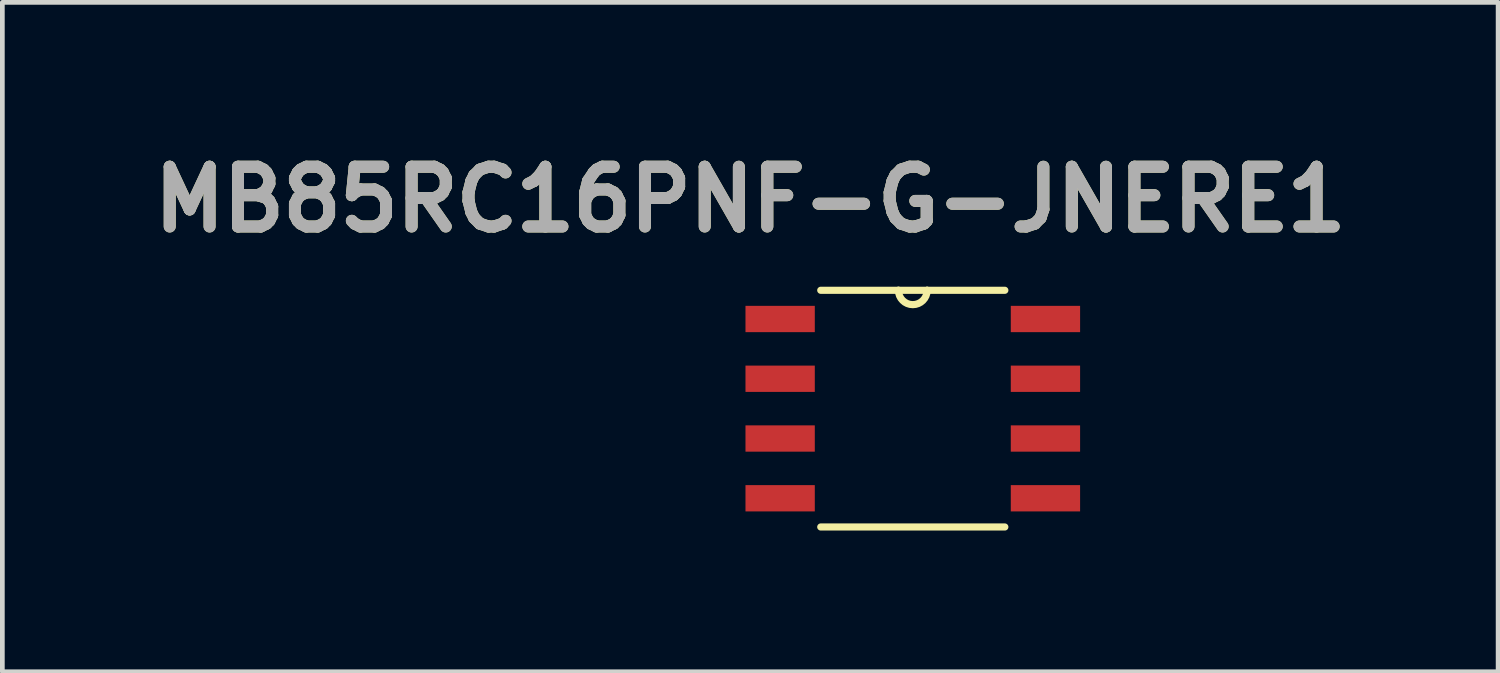
<source format=kicad_pcb>
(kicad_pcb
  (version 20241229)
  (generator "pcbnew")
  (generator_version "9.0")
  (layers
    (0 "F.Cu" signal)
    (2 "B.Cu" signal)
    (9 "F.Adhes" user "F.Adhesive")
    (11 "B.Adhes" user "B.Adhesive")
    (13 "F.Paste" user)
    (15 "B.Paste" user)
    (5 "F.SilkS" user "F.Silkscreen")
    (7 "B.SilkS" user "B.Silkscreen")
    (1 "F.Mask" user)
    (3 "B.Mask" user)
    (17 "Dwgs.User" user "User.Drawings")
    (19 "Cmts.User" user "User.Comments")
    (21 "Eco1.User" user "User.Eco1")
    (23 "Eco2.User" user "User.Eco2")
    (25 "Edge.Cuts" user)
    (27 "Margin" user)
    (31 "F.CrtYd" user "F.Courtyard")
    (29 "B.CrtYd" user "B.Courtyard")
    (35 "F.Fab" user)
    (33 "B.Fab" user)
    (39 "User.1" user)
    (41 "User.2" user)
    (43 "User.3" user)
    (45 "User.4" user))
  (footprint "MB85RC16PNF-G-JNERE1"
    (layer "F.Cu")
    (at 16.348 5.634)
    (property "Reference" "MB85RC16PNF-G-JNERE1" (at -3.454 -4.445 0) (layer "F.SilkS") (effects (font (size 1.27 1.27) (thickness 0.254))))
    (attr smd)
    (fp_line (start -1.956 2.515) (end 1.956 2.515) (stroke (width 0.152) (type solid)) (layer "F.SilkS"))
    (fp_line (start -0.305 -2.515) (end -1.956 -2.515) (stroke (width 0.152) (type solid)) (layer "F.SilkS"))
    (fp_line (start 0.305 -2.515) (end -0.305 -2.515) (stroke (width 0.152) (type solid)) (layer "F.SilkS"))
    (fp_line (start 1.956 -2.515) (end 0.305 -2.515) (stroke (width 0.152) (type solid)) (layer "F.SilkS"))
    (fp_arc (start 0.3048 -2.5146) (mid 0 -2.2098) (end -0.3048 -2.5146) (stroke (width 0.1524) (type solid)) (layer "F.SilkS"))
    (fp_text user "${REFERENCE}" (at -3.454 -4.445 0) (layer "F.Fab") (effects (font (size 1.27 1.27) (thickness 0.254))))
    (pad "1" smd rect (at -2.819 -1.905 90) (size 0.559 1.473) (layers "F.Cu" "F.Mask" "F.Paste"))
    (pad "2" smd rect (at -2.819 -0.635 90) (size 0.559 1.473) (layers "F.Cu" "F.Mask" "F.Paste"))
    (pad "3" smd rect (at -2.819 0.635 90) (size 0.559 1.473) (layers "F.Cu" "F.Mask" "F.Paste"))
    (pad "4" smd rect (at -2.819 1.905 90) (size 0.559 1.473) (layers "F.Cu" "F.Mask" "F.Paste"))
    (pad "5" smd rect (at 2.819 1.905 90) (size 0.559 1.473) (layers "F.Cu" "F.Mask" "F.Paste"))
    (pad "6" smd rect (at 2.819 0.635 90) (size 0.559 1.473) (layers "F.Cu" "F.Mask" "F.Paste"))
    (pad "7" smd rect (at 2.819 -0.635 90) (size 0.559 1.473) (layers "F.Cu" "F.Mask" "F.Paste"))
    (pad "8" smd rect (at 2.819 -1.905 90) (size 0.559 1.473) (layers "F.Cu" "F.Mask" "F.Paste")))
  (gr_rect
    (start -3 -3)
    (end 28.787 11.225)
    (stroke (width 0.1) (type default))
    (fill no)
    (layer "Edge.Cuts")))
</source>
